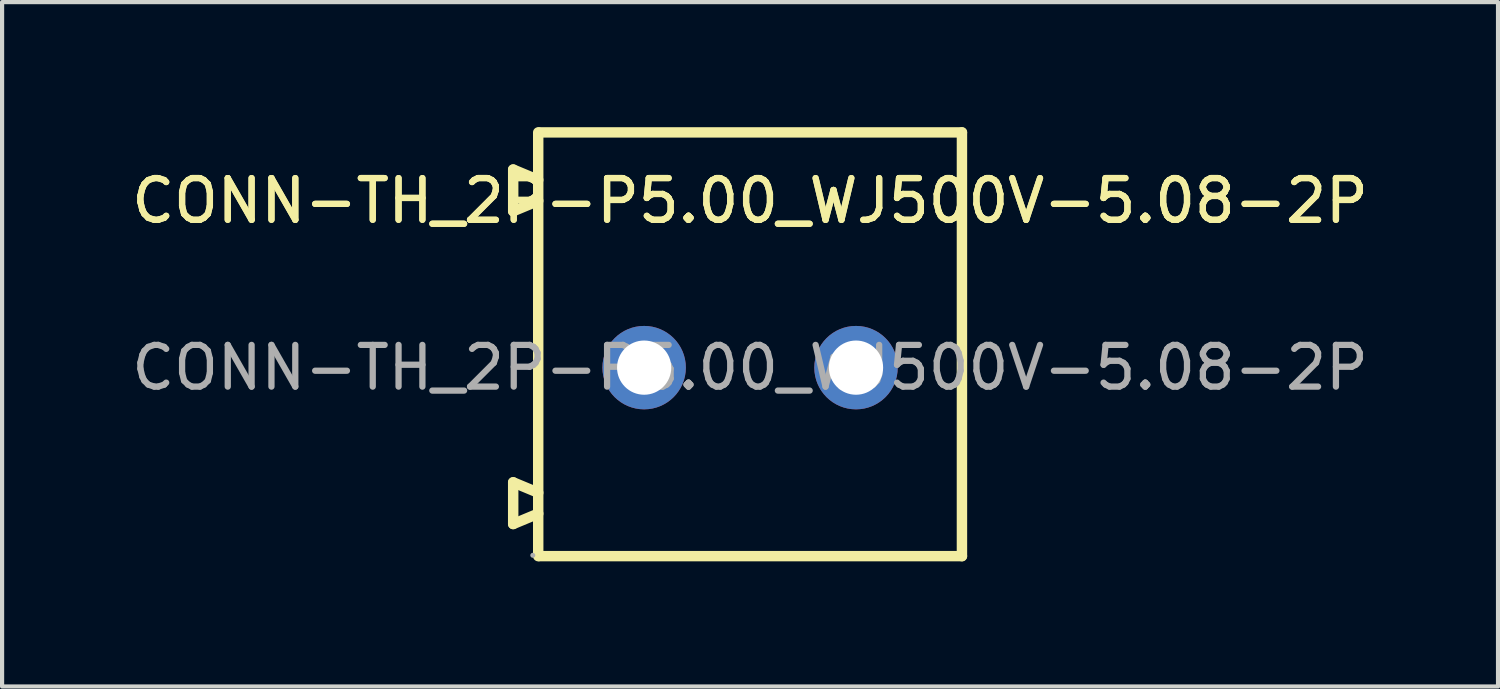
<source format=kicad_pcb>
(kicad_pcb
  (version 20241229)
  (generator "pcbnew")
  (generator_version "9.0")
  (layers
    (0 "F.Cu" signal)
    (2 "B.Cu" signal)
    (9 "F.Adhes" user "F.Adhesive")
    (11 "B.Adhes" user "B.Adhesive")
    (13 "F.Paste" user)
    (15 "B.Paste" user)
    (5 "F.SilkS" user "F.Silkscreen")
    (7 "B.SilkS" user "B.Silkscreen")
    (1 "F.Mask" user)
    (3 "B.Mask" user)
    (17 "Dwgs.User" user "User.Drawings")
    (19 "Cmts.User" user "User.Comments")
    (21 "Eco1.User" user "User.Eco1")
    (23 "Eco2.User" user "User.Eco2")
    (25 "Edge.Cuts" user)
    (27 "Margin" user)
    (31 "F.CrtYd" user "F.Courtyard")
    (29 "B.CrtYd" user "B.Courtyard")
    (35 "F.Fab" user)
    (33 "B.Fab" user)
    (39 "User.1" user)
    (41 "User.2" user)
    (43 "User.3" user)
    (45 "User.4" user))
  (footprint "CONN-TH_2P-P5.00_WJ500V-5.08-2P"
    (layer "F.Cu")
    (at 14.935 5.765)
    (property "Reference" "CONN-TH_2P-P5.00_WJ500V-5.08-2P" (at 0 -4 0) (layer "F.SilkS") (effects (font (size 1 1) (thickness 0.15))))
    (attr through_hole)
    (fp_line (start -5.68 -4.75) (end -5.68 -3.75) (stroke (width 0.25) (type solid)) (layer "F.SilkS"))
    (fp_line (start -5.68 -3.75) (end -5.08 -4) (stroke (width 0.25) (type solid)) (layer "F.SilkS"))
    (fp_line (start -5.68 2.75) (end -5.68 3.75) (stroke (width 0.25) (type solid)) (layer "F.SilkS"))
    (fp_line (start -5.68 3.75) (end -5.08 3.5) (stroke (width 0.25) (type solid)) (layer "F.SilkS"))
    (fp_line (start -5.08 -4.5) (end -5.68 -4.75) (stroke (width 0.25) (type solid)) (layer "F.SilkS"))
    (fp_line (start -5.08 3) (end -5.68 2.75) (stroke (width 0.25) (type solid)) (layer "F.SilkS"))
    (fp_line (start -5.08 4.52) (end -5.08 -5.64) (stroke (width 0.25) (type solid)) (layer "F.SilkS"))
    (fp_line (start 5.08 -5.64) (end -5.05 -5.64) (stroke (width 0.25) (type solid)) (layer "F.SilkS"))
    (fp_line (start 5.08 4.52) (end -5.05 4.52) (stroke (width 0.25) (type solid)) (layer "F.SilkS"))
    (fp_line (start 5.08 4.52) (end 5.08 -5.64) (stroke (width 0.25) (type solid)) (layer "F.SilkS"))
    (fp_circle (center -5.21 4.5) (end -5.18 4.5) (stroke (width 0.06) (type solid)) (fill no) (layer "F.Fab"))
    (fp_circle (center -2.54 0) (end -2.26 0) (stroke (width 0.55) (type solid)) (fill no) (layer "F.Fab"))
    (fp_circle (center 2.54 0) (end 2.82 0) (stroke (width 0.55) (type solid)) (fill no) (layer "F.Fab"))
    (fp_text user "${REFERENCE}" (at 0 -4 0) (layer "F.SilkS") (effects (font (size 1 1) (thickness 0.15))))
    (fp_text user "${REFERENCE}" (at 0 0 0) (layer "F.Fab") (effects (font (size 1 1) (thickness 0.15))))
    (pad "1" thru_hole circle (at -2.54 0 180) (size 2 2) (drill 1.3) (layers "*.Cu" "*.Mask"))
    (pad "2" thru_hole circle (at 2.54 0 180) (size 2 2) (drill 1.3) (layers "*.Cu" "*.Mask")))
  (gr_rect
    (start -3 -3)
    (end 32.869 13.41)
    (stroke (width 0.1) (type default))
    (fill no)
    (layer "Edge.Cuts")))
</source>
